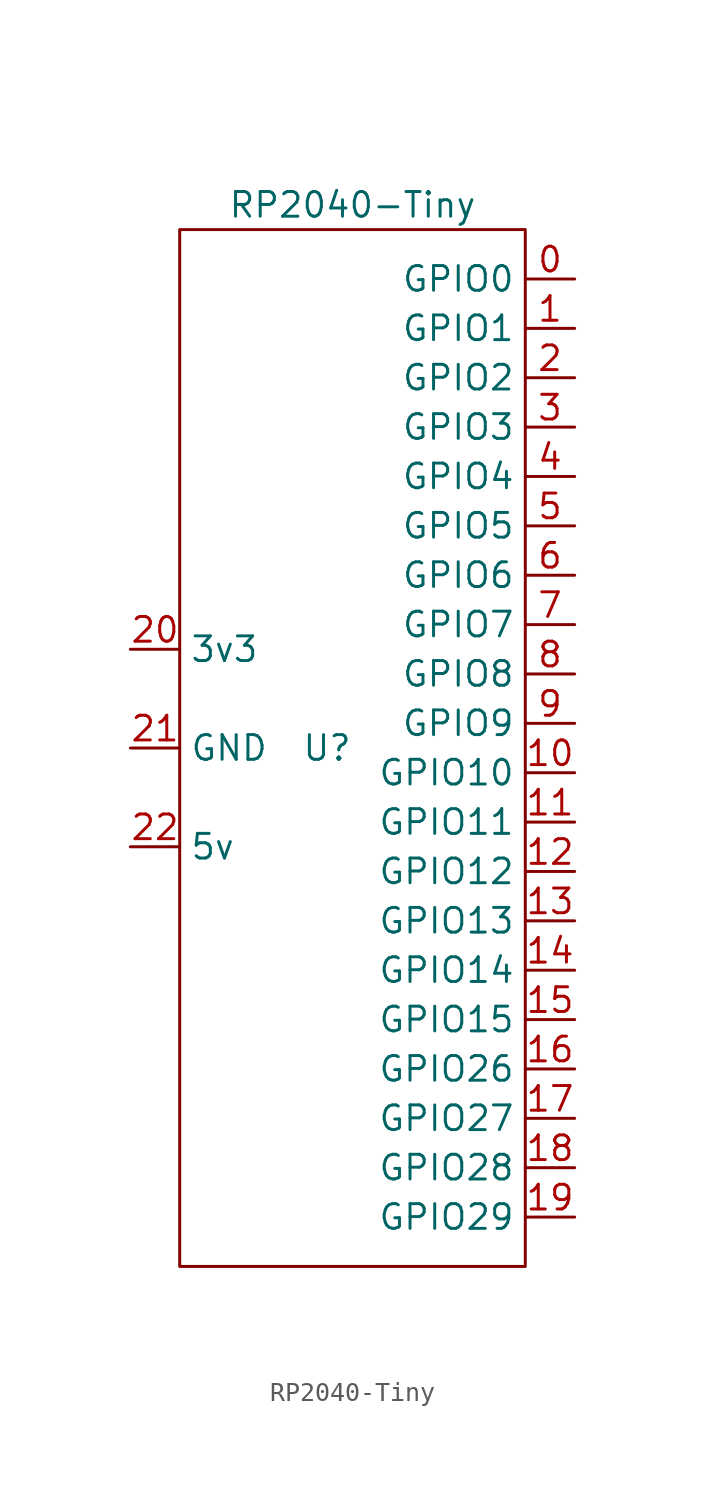
<source format=kicad_sym>
(kicad_symbol_lib
  (version 20220914)
  (generator kicad_symbol_editor)
  (symbol "RP2040-Tiny"
    (property "Reference" "U"
      (at 0 0 0)
      (effects (font (size 1.27 1.27)) (justify right)))
    (property "Value" "RP2040-Tiny"
      (at 0 27.94 0)
      (effects (font (size 1.27 1.27))))
    (symbol "RP2040-Tiny_0_1"
      (rectangle (start -8.89 26.67) (end 8.89 -26.67) (stroke (width 0) (type default)) (fill (type none))))
    (symbol "RP2040-Tiny_1_1"
      (pin bidirectional line (at 11.43 24.13 180) (length 2.54) (name "GPIO0" (effects (font (size 1.27 1.27)))) (number "0" (effects (font (size 1.27 1.27)))))
      (pin bidirectional line (at 11.43 21.59 180) (length 2.54) (name "GPIO1" (effects (font (size 1.27 1.27)))) (number "1" (effects (font (size 1.27 1.27)))))
      (pin bidirectional line (at 11.43 -1.27 180) (length 2.54) (name "GPIO10" (effects (font (size 1.27 1.27)))) (number "10" (effects (font (size 1.27 1.27)))))
      (pin bidirectional line (at 11.43 -3.81 180) (length 2.54) (name "GPIO11" (effects (font (size 1.27 1.27)))) (number "11" (effects (font (size 1.27 1.27)))))
      (pin bidirectional line (at 11.43 -6.35 180) (length 2.54) (name "GPIO12" (effects (font (size 1.27 1.27)))) (number "12" (effects (font (size 1.27 1.27)))))
      (pin bidirectional line (at 11.43 -8.89 180) (length 2.54) (name "GPIO13" (effects (font (size 1.27 1.27)))) (number "13" (effects (font (size 1.27 1.27)))))
      (pin bidirectional line (at 11.43 -11.43 180) (length 2.54) (name "GPIO14" (effects (font (size 1.27 1.27)))) (number "14" (effects (font (size 1.27 1.27)))))
      (pin bidirectional line (at 11.43 -13.97 180) (length 2.54) (name "GPIO15" (effects (font (size 1.27 1.27)))) (number "15" (effects (font (size 1.27 1.27)))))
      (pin bidirectional line (at 11.43 -16.51 180) (length 2.54) (name "GPIO26" (effects (font (size 1.27 1.27)))) (number "16" (effects (font (size 1.27 1.27)))))
      (pin bidirectional line (at 11.43 -19.05 180) (length 2.54) (name "GPIO27" (effects (font (size 1.27 1.27)))) (number "17" (effects (font (size 1.27 1.27)))))
      (pin bidirectional line (at 11.43 -21.59 180) (length 2.54) (name "GPIO28" (effects (font (size 1.27 1.27)))) (number "18" (effects (font (size 1.27 1.27)))))
      (pin bidirectional line (at 11.43 -24.13 180) (length 2.54) (name "GPIO29" (effects (font (size 1.27 1.27)))) (number "19" (effects (font (size 1.27 1.27)))))
      (pin bidirectional line (at 11.43 19.05 180) (length 2.54) (name "GPIO2" (effects (font (size 1.27 1.27)))) (number "2" (effects (font (size 1.27 1.27)))))
      (pin power_out line (at -11.43 5.08 0) (length 2.54) (name "3v3" (effects (font (size 1.27 1.27)))) (number "20" (effects (font (size 1.27 1.27)))))
      (pin power_out line (at -11.43 0 0) (length 2.54) (name "GND" (effects (font (size 1.27 1.27)))) (number "21" (effects (font (size 1.27 1.27)))))
      (pin power_out line (at -11.43 -5.08 0) (length 2.54) (name "5v" (effects (font (size 1.27 1.27)))) (number "22" (effects (font (size 1.27 1.27)))))
      (pin bidirectional line (at 11.43 16.51 180) (length 2.54) (name "GPIO3" (effects (font (size 1.27 1.27)))) (number "3" (effects (font (size 1.27 1.27)))))
      (pin bidirectional line (at 11.43 13.97 180) (length 2.54) (name "GPIO4" (effects (font (size 1.27 1.27)))) (number "4" (effects (font (size 1.27 1.27)))))
      (pin bidirectional line (at 11.43 11.43 180) (length 2.54) (name "GPIO5" (effects (font (size 1.27 1.27)))) (number "5" (effects (font (size 1.27 1.27)))))
      (pin bidirectional line (at 11.43 8.89 180) (length 2.54) (name "GPIO6" (effects (font (size 1.27 1.27)))) (number "6" (effects (font (size 1.27 1.27)))))
      (pin bidirectional line (at 11.43 6.35 180) (length 2.54) (name "GPIO7" (effects (font (size 1.27 1.27)))) (number "7" (effects (font (size 1.27 1.27)))))
      (pin bidirectional line (at 11.43 3.81 180) (length 2.54) (name "GPIO8" (effects (font (size 1.27 1.27)))) (number "8" (effects (font (size 1.27 1.27)))))
      (pin bidirectional line (at 11.43 1.27 180) (length 2.54) (name "GPIO9" (effects (font (size 1.27 1.27)))) (number "9" (effects (font (size 1.27 1.27))))))))
</source>
